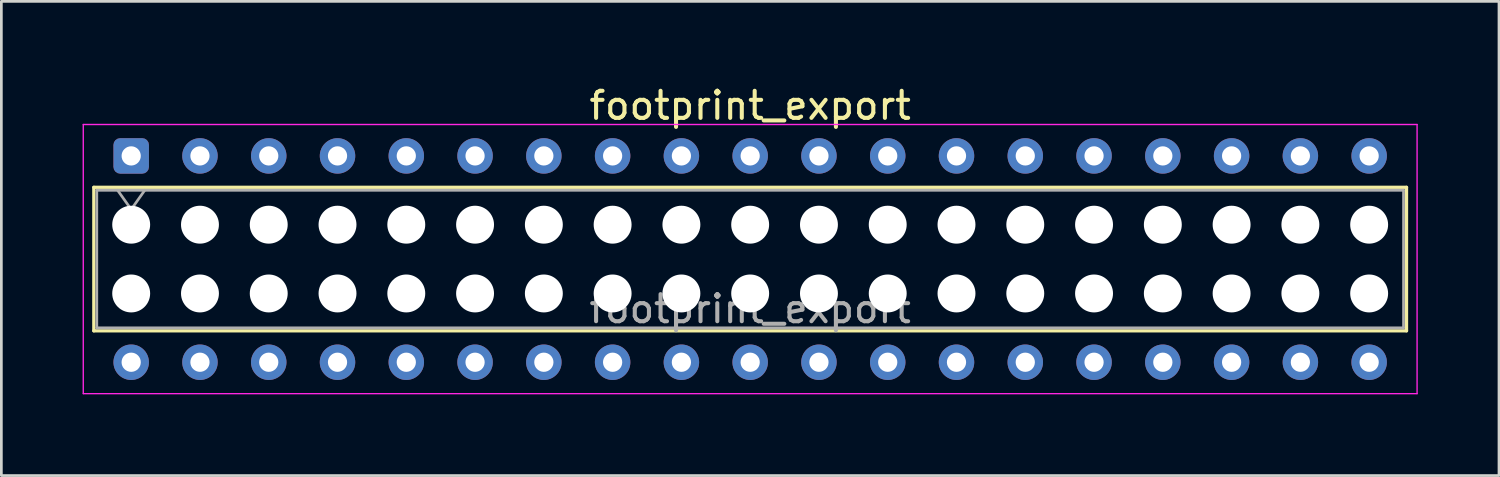
<source format=kicad_pcb>
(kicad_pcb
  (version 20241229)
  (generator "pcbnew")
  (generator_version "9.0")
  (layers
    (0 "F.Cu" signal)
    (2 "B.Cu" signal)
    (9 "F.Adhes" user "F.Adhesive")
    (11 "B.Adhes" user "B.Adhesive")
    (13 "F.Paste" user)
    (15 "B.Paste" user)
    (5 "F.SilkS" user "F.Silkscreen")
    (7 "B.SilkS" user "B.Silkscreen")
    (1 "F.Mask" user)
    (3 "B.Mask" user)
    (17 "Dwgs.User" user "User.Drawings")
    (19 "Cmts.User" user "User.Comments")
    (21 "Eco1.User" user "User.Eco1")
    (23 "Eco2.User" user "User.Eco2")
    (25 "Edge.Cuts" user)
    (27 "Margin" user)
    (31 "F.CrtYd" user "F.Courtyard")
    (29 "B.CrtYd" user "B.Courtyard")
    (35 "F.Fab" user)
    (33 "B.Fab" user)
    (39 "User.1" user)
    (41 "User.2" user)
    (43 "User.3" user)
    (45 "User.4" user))
  (footprint "footprint_export"
    (layer "F.Cu")
    (at 1.795 2.708)
    (property "Reference" "footprint_export" (at 22.86 -1.86 0) (layer "F.SilkS") (effects (font (size 1 1) (thickness 0.15))))
    (attr through_hole)
    (fp_line (start -1.38 1.16) (end 47.1 1.16) (stroke (width 0.12) (type solid)) (layer "F.SilkS"))
    (fp_line (start -1.38 6.46) (end -1.38 1.16) (stroke (width 0.12) (type solid)) (layer "F.SilkS"))
    (fp_line (start 47.1 1.16) (end 47.1 6.46) (stroke (width 0.12) (type solid)) (layer "F.SilkS"))
    (fp_line (start 47.1 6.46) (end -1.38 6.46) (stroke (width 0.12) (type solid)) (layer "F.SilkS"))
    (fp_line (start -1.77 -1.16) (end 47.49 -1.16) (stroke (width 0.05) (type solid)) (layer "F.CrtYd"))
    (fp_line (start -1.77 8.78) (end -1.77 -1.16) (stroke (width 0.05) (type solid)) (layer "F.CrtYd"))
    (fp_line (start 47.49 -1.16) (end 47.49 8.78) (stroke (width 0.05) (type solid)) (layer "F.CrtYd"))
    (fp_line (start 47.49 8.78) (end -1.77 8.78) (stroke (width 0.05) (type solid)) (layer "F.CrtYd"))
    (fp_line (start -1.27 1.27) (end 46.99 1.27) (stroke (width 0.1) (type solid)) (layer "F.Fab"))
    (fp_line (start -1.27 6.35) (end -1.27 1.27) (stroke (width 0.1) (type solid)) (layer "F.Fab"))
    (fp_line (start -0.5 1.27) (end 0 1.977) (stroke (width 0.1) (type solid)) (layer "F.Fab"))
    (fp_line (start 0 1.977) (end 0.5 1.27) (stroke (width 0.1) (type solid)) (layer "F.Fab"))
    (fp_line (start 46.99 1.27) (end 46.99 6.35) (stroke (width 0.1) (type solid)) (layer "F.Fab"))
    (fp_line (start 46.99 6.35) (end -1.27 6.35) (stroke (width 0.1) (type solid)) (layer "F.Fab"))
    (fp_text user "${REFERENCE}" (at 22.86 5.65 0) (layer "F.Fab") (effects (font (size 1 1) (thickness 0.15))))
    (pad "" np_thru_hole circle (at 0 2.54) (size 1.4 1.4) (drill 1.4) (layers "*.Cu" "*.Mask"))
    (pad "" np_thru_hole circle (at 0 5.08) (size 1.4 1.4) (drill 1.4) (layers "*.Cu" "*.Mask"))
    (pad "" np_thru_hole circle (at 2.54 2.54) (size 1.4 1.4) (drill 1.4) (layers "*.Cu" "*.Mask"))
    (pad "" np_thru_hole circle (at 2.54 5.08) (size 1.4 1.4) (drill 1.4) (layers "*.Cu" "*.Mask"))
    (pad "" np_thru_hole circle (at 5.08 2.54) (size 1.4 1.4) (drill 1.4) (layers "*.Cu" "*.Mask"))
    (pad "" np_thru_hole circle (at 5.08 5.08) (size 1.4 1.4) (drill 1.4) (layers "*.Cu" "*.Mask"))
    (pad "" np_thru_hole circle (at 7.62 2.54) (size 1.4 1.4) (drill 1.4) (layers "*.Cu" "*.Mask"))
    (pad "" np_thru_hole circle (at 7.62 5.08) (size 1.4 1.4) (drill 1.4) (layers "*.Cu" "*.Mask"))
    (pad "" np_thru_hole circle (at 10.16 2.54) (size 1.4 1.4) (drill 1.4) (layers "*.Cu" "*.Mask"))
    (pad "" np_thru_hole circle (at 10.16 5.08) (size 1.4 1.4) (drill 1.4) (layers "*.Cu" "*.Mask"))
    (pad "" np_thru_hole circle (at 12.7 2.54) (size 1.4 1.4) (drill 1.4) (layers "*.Cu" "*.Mask"))
    (pad "" np_thru_hole circle (at 12.7 5.08) (size 1.4 1.4) (drill 1.4) (layers "*.Cu" "*.Mask"))
    (pad "" np_thru_hole circle (at 15.24 2.54) (size 1.4 1.4) (drill 1.4) (layers "*.Cu" "*.Mask"))
    (pad "" np_thru_hole circle (at 15.24 5.08) (size 1.4 1.4) (drill 1.4) (layers "*.Cu" "*.Mask"))
    (pad "" np_thru_hole circle (at 17.78 2.54) (size 1.4 1.4) (drill 1.4) (layers "*.Cu" "*.Mask"))
    (pad "" np_thru_hole circle (at 17.78 5.08) (size 1.4 1.4) (drill 1.4) (layers "*.Cu" "*.Mask"))
    (pad "" np_thru_hole circle (at 20.32 2.54) (size 1.4 1.4) (drill 1.4) (layers "*.Cu" "*.Mask"))
    (pad "" np_thru_hole circle (at 20.32 5.08) (size 1.4 1.4) (drill 1.4) (layers "*.Cu" "*.Mask"))
    (pad "" np_thru_hole circle (at 22.86 2.54) (size 1.4 1.4) (drill 1.4) (layers "*.Cu" "*.Mask"))
    (pad "" np_thru_hole circle (at 22.86 5.08) (size 1.4 1.4) (drill 1.4) (layers "*.Cu" "*.Mask"))
    (pad "" np_thru_hole circle (at 25.4 2.54) (size 1.4 1.4) (drill 1.4) (layers "*.Cu" "*.Mask"))
    (pad "" np_thru_hole circle (at 25.4 5.08) (size 1.4 1.4) (drill 1.4) (layers "*.Cu" "*.Mask"))
    (pad "" np_thru_hole circle (at 27.94 2.54) (size 1.4 1.4) (drill 1.4) (layers "*.Cu" "*.Mask"))
    (pad "" np_thru_hole circle (at 27.94 5.08) (size 1.4 1.4) (drill 1.4) (layers "*.Cu" "*.Mask"))
    (pad "" np_thru_hole circle (at 30.48 2.54) (size 1.4 1.4) (drill 1.4) (layers "*.Cu" "*.Mask"))
    (pad "" np_thru_hole circle (at 30.48 5.08) (size 1.4 1.4) (drill 1.4) (layers "*.Cu" "*.Mask"))
    (pad "" np_thru_hole circle (at 33.02 2.54) (size 1.4 1.4) (drill 1.4) (layers "*.Cu" "*.Mask"))
    (pad "" np_thru_hole circle (at 33.02 5.08) (size 1.4 1.4) (drill 1.4) (layers "*.Cu" "*.Mask"))
    (pad "" np_thru_hole circle (at 35.56 2.54) (size 1.4 1.4) (drill 1.4) (layers "*.Cu" "*.Mask"))
    (pad "" np_thru_hole circle (at 35.56 5.08) (size 1.4 1.4) (drill 1.4) (layers "*.Cu" "*.Mask"))
    (pad "" np_thru_hole circle (at 38.1 2.54) (size 1.4 1.4) (drill 1.4) (layers "*.Cu" "*.Mask"))
    (pad "" np_thru_hole circle (at 38.1 5.08) (size 1.4 1.4) (drill 1.4) (layers "*.Cu" "*.Mask"))
    (pad "" np_thru_hole circle (at 40.64 2.54) (size 1.4 1.4) (drill 1.4) (layers "*.Cu" "*.Mask"))
    (pad "" np_thru_hole circle (at 40.64 5.08) (size 1.4 1.4) (drill 1.4) (layers "*.Cu" "*.Mask"))
    (pad "" np_thru_hole circle (at 43.18 2.54) (size 1.4 1.4) (drill 1.4) (layers "*.Cu" "*.Mask"))
    (pad "" np_thru_hole circle (at 43.18 5.08) (size 1.4 1.4) (drill 1.4) (layers "*.Cu" "*.Mask"))
    (pad "" np_thru_hole circle (at 45.72 2.54) (size 1.4 1.4) (drill 1.4) (layers "*.Cu" "*.Mask"))
    (pad "" np_thru_hole circle (at 45.72 5.08) (size 1.4 1.4) (drill 1.4) (layers "*.Cu" "*.Mask"))
    (pad "1" thru_hole roundrect (at 0 0) (size 1.31 1.31) (drill 0.71) (layers "*.Cu" "*.Mask") (roundrect_rratio 0.191))
    (pad "2" thru_hole circle (at 0 7.62) (size 1.31 1.31) (drill 0.71) (layers "*.Cu" "*.Mask"))
    (pad "3" thru_hole circle (at 2.54 0) (size 1.31 1.31) (drill 0.71) (layers "*.Cu" "*.Mask"))
    (pad "4" thru_hole circle (at 2.54 7.62) (size 1.31 1.31) (drill 0.71) (layers "*.Cu" "*.Mask"))
    (pad "5" thru_hole circle (at 5.08 0) (size 1.31 1.31) (drill 0.71) (layers "*.Cu" "*.Mask"))
    (pad "6" thru_hole circle (at 5.08 7.62) (size 1.31 1.31) (drill 0.71) (layers "*.Cu" "*.Mask"))
    (pad "7" thru_hole circle (at 7.62 0) (size 1.31 1.31) (drill 0.71) (layers "*.Cu" "*.Mask"))
    (pad "8" thru_hole circle (at 7.62 7.62) (size 1.31 1.31) (drill 0.71) (layers "*.Cu" "*.Mask"))
    (pad "9" thru_hole circle (at 10.16 0) (size 1.31 1.31) (drill 0.71) (layers "*.Cu" "*.Mask"))
    (pad "10" thru_hole circle (at 10.16 7.62) (size 1.31 1.31) (drill 0.71) (layers "*.Cu" "*.Mask"))
    (pad "11" thru_hole circle (at 12.7 0) (size 1.31 1.31) (drill 0.71) (layers "*.Cu" "*.Mask"))
    (pad "12" thru_hole circle (at 12.7 7.62) (size 1.31 1.31) (drill 0.71) (layers "*.Cu" "*.Mask"))
    (pad "13" thru_hole circle (at 15.24 0) (size 1.31 1.31) (drill 0.71) (layers "*.Cu" "*.Mask"))
    (pad "14" thru_hole circle (at 15.24 7.62) (size 1.31 1.31) (drill 0.71) (layers "*.Cu" "*.Mask"))
    (pad "15" thru_hole circle (at 17.78 0) (size 1.31 1.31) (drill 0.71) (layers "*.Cu" "*.Mask"))
    (pad "16" thru_hole circle (at 17.78 7.62) (size 1.31 1.31) (drill 0.71) (layers "*.Cu" "*.Mask"))
    (pad "17" thru_hole circle (at 20.32 0) (size 1.31 1.31) (drill 0.71) (layers "*.Cu" "*.Mask"))
    (pad "18" thru_hole circle (at 20.32 7.62) (size 1.31 1.31) (drill 0.71) (layers "*.Cu" "*.Mask"))
    (pad "19" thru_hole circle (at 22.86 0) (size 1.31 1.31) (drill 0.71) (layers "*.Cu" "*.Mask"))
    (pad "20" thru_hole circle (at 22.86 7.62) (size 1.31 1.31) (drill 0.71) (layers "*.Cu" "*.Mask"))
    (pad "21" thru_hole circle (at 25.4 0) (size 1.31 1.31) (drill 0.71) (layers "*.Cu" "*.Mask"))
    (pad "22" thru_hole circle (at 25.4 7.62) (size 1.31 1.31) (drill 0.71) (layers "*.Cu" "*.Mask"))
    (pad "23" thru_hole circle (at 27.94 0) (size 1.31 1.31) (drill 0.71) (layers "*.Cu" "*.Mask"))
    (pad "24" thru_hole circle (at 27.94 7.62) (size 1.31 1.31) (drill 0.71) (layers "*.Cu" "*.Mask"))
    (pad "25" thru_hole circle (at 30.48 0) (size 1.31 1.31) (drill 0.71) (layers "*.Cu" "*.Mask"))
    (pad "26" thru_hole circle (at 30.48 7.62) (size 1.31 1.31) (drill 0.71) (layers "*.Cu" "*.Mask"))
    (pad "27" thru_hole circle (at 33.02 0) (size 1.31 1.31) (drill 0.71) (layers "*.Cu" "*.Mask"))
    (pad "28" thru_hole circle (at 33.02 7.62) (size 1.31 1.31) (drill 0.71) (layers "*.Cu" "*.Mask"))
    (pad "29" thru_hole circle (at 35.56 0) (size 1.31 1.31) (drill 0.71) (layers "*.Cu" "*.Mask"))
    (pad "30" thru_hole circle (at 35.56 7.62) (size 1.31 1.31) (drill 0.71) (layers "*.Cu" "*.Mask"))
    (pad "31" thru_hole circle (at 38.1 0) (size 1.31 1.31) (drill 0.71) (layers "*.Cu" "*.Mask"))
    (pad "32" thru_hole circle (at 38.1 7.62) (size 1.31 1.31) (drill 0.71) (layers "*.Cu" "*.Mask"))
    (pad "33" thru_hole circle (at 40.64 0) (size 1.31 1.31) (drill 0.71) (layers "*.Cu" "*.Mask"))
    (pad "34" thru_hole circle (at 40.64 7.62) (size 1.31 1.31) (drill 0.71) (layers "*.Cu" "*.Mask"))
    (pad "35" thru_hole circle (at 43.18 0) (size 1.31 1.31) (drill 0.71) (layers "*.Cu" "*.Mask"))
    (pad "36" thru_hole circle (at 43.18 7.62) (size 1.31 1.31) (drill 0.71) (layers "*.Cu" "*.Mask"))
    (pad "37" thru_hole circle (at 45.72 0) (size 1.31 1.31) (drill 0.71) (layers "*.Cu" "*.Mask"))
    (pad "38" thru_hole circle (at 45.72 7.62) (size 1.31 1.31) (drill 0.71) (layers "*.Cu" "*.Mask")))
  (gr_rect
    (start -3 -3)
    (end 52.31 14.513)
    (stroke (width 0.1) (type default))
    (fill no)
    (layer "Edge.Cuts")))
</source>
